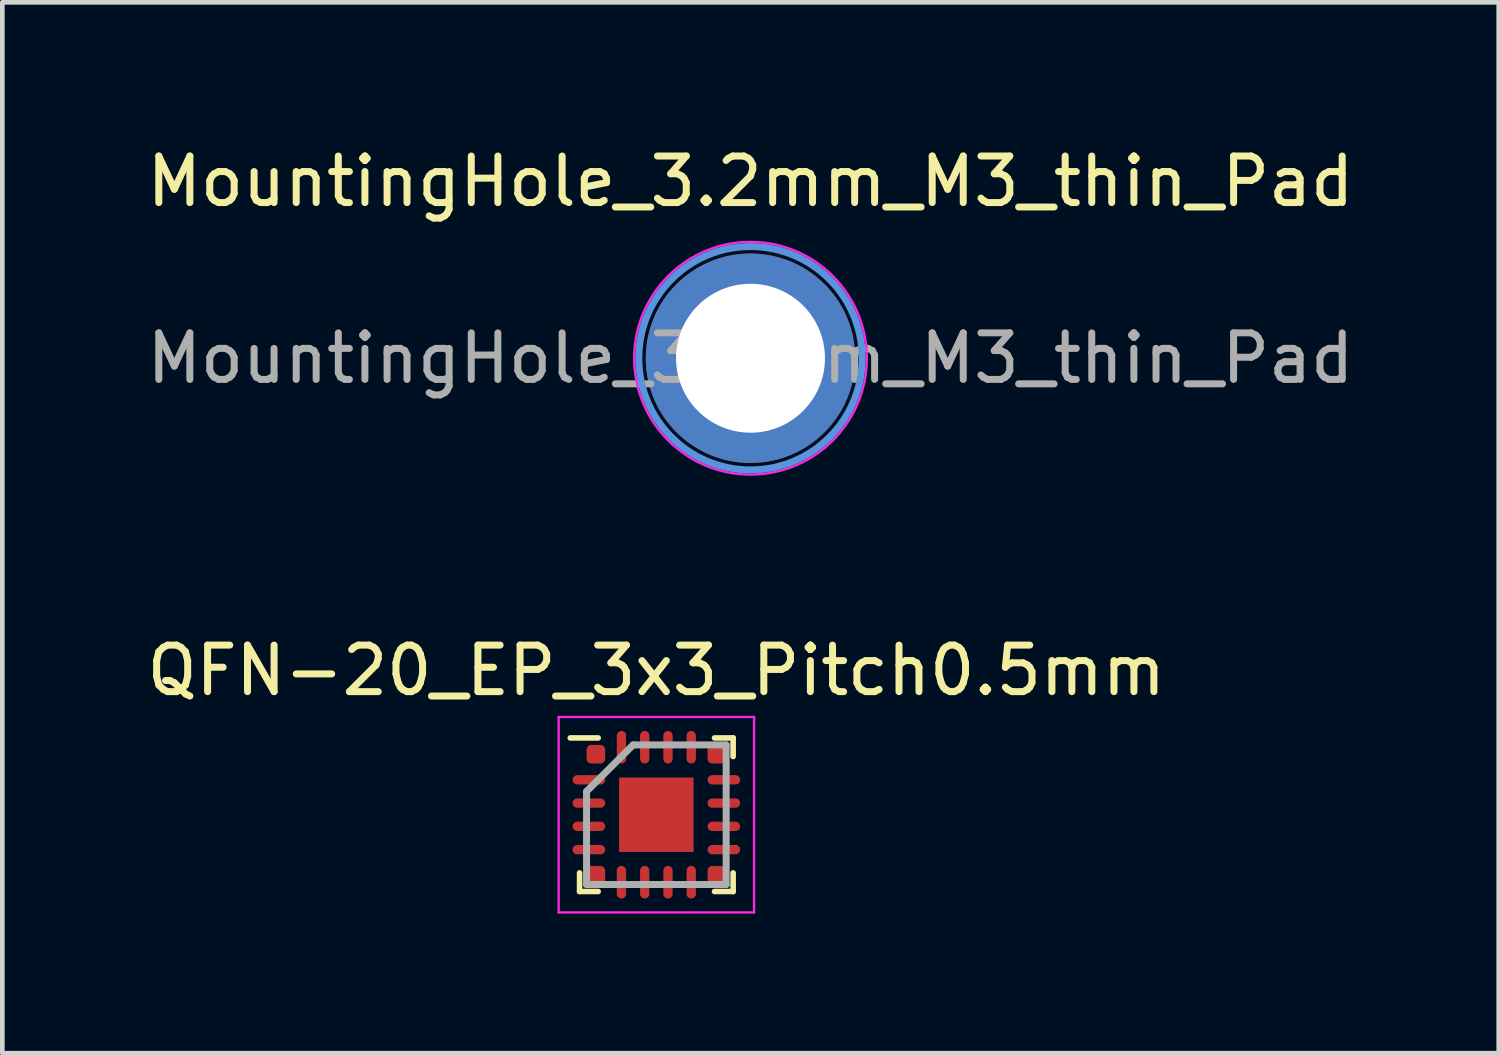
<source format=kicad_pcb>
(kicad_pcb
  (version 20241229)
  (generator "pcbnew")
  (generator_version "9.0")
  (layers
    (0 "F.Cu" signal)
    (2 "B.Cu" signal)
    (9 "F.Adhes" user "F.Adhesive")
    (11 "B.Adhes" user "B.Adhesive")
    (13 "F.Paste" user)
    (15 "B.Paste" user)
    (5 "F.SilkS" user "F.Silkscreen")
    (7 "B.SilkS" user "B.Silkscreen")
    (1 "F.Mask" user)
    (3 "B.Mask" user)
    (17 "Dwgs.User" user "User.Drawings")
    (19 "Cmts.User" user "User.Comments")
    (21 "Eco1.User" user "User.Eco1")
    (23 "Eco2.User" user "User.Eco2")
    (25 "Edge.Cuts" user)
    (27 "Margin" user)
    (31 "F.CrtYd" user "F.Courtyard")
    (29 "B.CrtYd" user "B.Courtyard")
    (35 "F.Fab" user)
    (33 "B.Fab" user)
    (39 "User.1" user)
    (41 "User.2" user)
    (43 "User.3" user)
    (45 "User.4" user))
  (footprint "MountingHole_3.2mm_M3_thin_Pad"
    (layer "F.Cu")
    (at 13.077 4.648)
    (property "Reference" "MountingHole_3.2mm_M3_thin_Pad" (at 0 -3.8 0) (layer "F.SilkS") (effects (font (size 1 1) (thickness 0.15))))
    (attr exclude_from_pos_files exclude_from_bom)
    (fp_circle (center 0 0) (end 2.8 0) (stroke (width 0.12) (type solid)) (fill yes) (layer "F.Mask"))
    (fp_circle (center 0 0) (end 2.8 0) (stroke (width 0.12) (type solid)) (fill yes) (layer "B.Mask"))
    (fp_circle (center 0 0) (end 2.4 0) (stroke (width 0.15) (type solid)) (fill no) (layer "Cmts.User"))
    (fp_circle (center 0 0) (end 2.5 0) (stroke (width 0.05) (type solid)) (fill no) (layer "F.CrtYd"))
    (fp_text user "${REFERENCE}" (at 0 0 0) (layer "F.Fab") (effects (font (size 1 1) (thickness 0.15))))
    (pad "1" thru_hole circle (at 0 0) (size 4.5 4.5) (drill 3.2) (layers "*.Cu" "*.Mask")))
  (footprint "QFN-20_EP_3x3_Pitch0.5mm"
    (layer "F.Cu")
    (at 11.054 14.457)
    (property "Reference" "QFN-20_EP_3x3_Pitch0.5mm" (at 0 -3.1 0) (layer "F.SilkS") (effects (font (size 1 1) (thickness 0.15))))
    (attr smd)
    (fp_line (start -1.65 1.65) (end -1.65 1.25) (stroke (width 0.12) (type solid)) (layer "F.SilkS"))
    (fp_line (start -1.25 -1.65) (end -1.85 -1.65) (stroke (width 0.12) (type solid)) (layer "F.SilkS"))
    (fp_line (start -1.25 1.65) (end -1.65 1.65) (stroke (width 0.12) (type solid)) (layer "F.SilkS"))
    (fp_line (start 1.25 -1.65) (end 1.65 -1.65) (stroke (width 0.12) (type solid)) (layer "F.SilkS"))
    (fp_line (start 1.25 1.65) (end 1.65 1.65) (stroke (width 0.12) (type solid)) (layer "F.SilkS"))
    (fp_line (start 1.65 -1.65) (end 1.65 -1.25) (stroke (width 0.12) (type solid)) (layer "F.SilkS"))
    (fp_line (start 1.65 1.65) (end 1.65 1.25) (stroke (width 0.12) (type solid)) (layer "F.SilkS"))
    (fp_line (start -2.1 -2.1) (end 2.1 -2.1) (stroke (width 0.05) (type solid)) (layer "F.CrtYd"))
    (fp_line (start -2.1 2.1) (end -2.1 -2.1) (stroke (width 0.05) (type solid)) (layer "F.CrtYd"))
    (fp_line (start 2.1 -2.1) (end 2.1 2.1) (stroke (width 0.05) (type solid)) (layer "F.CrtYd"))
    (fp_line (start 2.1 2.1) (end -2.1 2.1) (stroke (width 0.05) (type solid)) (layer "F.CrtYd"))
    (fp_line (start -1.5 -0.5) (end -1.5 1.5) (stroke (width 0.15) (type solid)) (layer "F.Fab"))
    (fp_line (start -1.5 1.5) (end 1.5 1.5) (stroke (width 0.15) (type solid)) (layer "F.Fab"))
    (fp_line (start -0.5 -1.5) (end -1.5 -0.5) (stroke (width 0.15) (type solid)) (layer "F.Fab"))
    (fp_line (start 1.5 -1.5) (end -0.5 -1.5) (stroke (width 0.15) (type solid)) (layer "F.Fab"))
    (fp_line (start 1.5 1.5) (end 1.5 -1.5) (stroke (width 0.15) (type solid)) (layer "F.Fab"))
    (pad "1" smd roundrect (at -1.3 -1.3) (size 0.4 0.4) (layers "F.Cu" "F.Mask" "F.Paste") (roundrect_rratio 0.25))
    (pad "2" smd oval (at -1.45 -0.75 90) (size 0.2 0.7) (layers "F.Cu" "F.Mask" "F.Paste"))
    (pad "3" smd oval (at -1.45 -0.25 90) (size 0.2 0.7) (layers "F.Cu" "F.Mask" "F.Paste"))
    (pad "4" smd oval (at -1.45 0.25 90) (size 0.2 0.7) (layers "F.Cu" "F.Mask" "F.Paste"))
    (pad "5" smd oval (at -1.45 0.75 90) (size 0.2 0.7) (layers "F.Cu" "F.Mask" "F.Paste"))
    (pad "6" smd roundrect (at -1.3 1.3) (size 0.4 0.4) (layers "F.Cu" "F.Mask" "F.Paste") (roundrect_rratio 0.25))
    (pad "7" smd oval (at -0.75 1.45) (size 0.2 0.7) (layers "F.Cu" "F.Mask" "F.Paste"))
    (pad "8" smd oval (at -0.25 1.45) (size 0.2 0.7) (layers "F.Cu" "F.Mask" "F.Paste"))
    (pad "9" smd oval (at 0.25 1.45) (size 0.2 0.7) (layers "F.Cu" "F.Mask" "F.Paste"))
    (pad "10" smd oval (at 0.75 1.45) (size 0.2 0.7) (layers "F.Cu" "F.Mask" "F.Paste"))
    (pad "11" smd roundrect (at 1.3 1.3) (size 0.4 0.4) (layers "F.Cu" "F.Mask" "F.Paste") (roundrect_rratio 0.25))
    (pad "12" smd oval (at 1.45 0.75 90) (size 0.2 0.7) (layers "F.Cu" "F.Mask" "F.Paste"))
    (pad "13" smd oval (at 1.45 0.25 90) (size 0.2 0.7) (layers "F.Cu" "F.Mask" "F.Paste"))
    (pad "14" smd oval (at 1.45 -0.25 90) (size 0.2 0.7) (layers "F.Cu" "F.Mask" "F.Paste"))
    (pad "15" smd oval (at 1.45 -0.75 90) (size 0.2 0.7) (layers "F.Cu" "F.Mask" "F.Paste"))
    (pad "16" smd roundrect (at 1.3 -1.3) (size 0.4 0.4) (layers "F.Cu" "F.Mask" "F.Paste") (roundrect_rratio 0.25))
    (pad "17" smd oval (at 0.75 -1.45) (size 0.2 0.7) (layers "F.Cu" "F.Mask" "F.Paste"))
    (pad "18" smd oval (at 0.25 -1.45) (size 0.2 0.7) (layers "F.Cu" "F.Mask" "F.Paste"))
    (pad "19" smd oval (at -0.25 -1.45) (size 0.2 0.7) (layers "F.Cu" "F.Mask" "F.Paste"))
    (pad "20" smd oval (at -0.75 -1.45) (size 0.2 0.7) (layers "F.Cu" "F.Mask" "F.Paste"))
    (pad "21" smd rect (at 0 0) (size 1.6 1.6) (layers "F.Cu" "F.Mask" "F.Paste")))
  (gr_rect
    (start -3 -3)
    (end 29.155 19.581)
    (stroke (width 0.1) (type default))
    (fill no)
    (layer "Edge.Cuts")))
</source>
